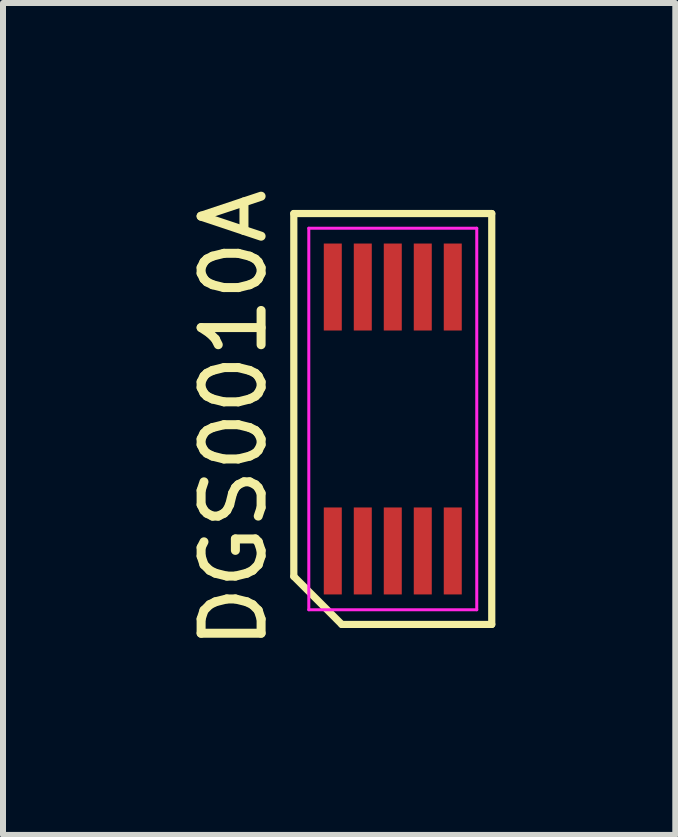
<source format=kicad_pcb>
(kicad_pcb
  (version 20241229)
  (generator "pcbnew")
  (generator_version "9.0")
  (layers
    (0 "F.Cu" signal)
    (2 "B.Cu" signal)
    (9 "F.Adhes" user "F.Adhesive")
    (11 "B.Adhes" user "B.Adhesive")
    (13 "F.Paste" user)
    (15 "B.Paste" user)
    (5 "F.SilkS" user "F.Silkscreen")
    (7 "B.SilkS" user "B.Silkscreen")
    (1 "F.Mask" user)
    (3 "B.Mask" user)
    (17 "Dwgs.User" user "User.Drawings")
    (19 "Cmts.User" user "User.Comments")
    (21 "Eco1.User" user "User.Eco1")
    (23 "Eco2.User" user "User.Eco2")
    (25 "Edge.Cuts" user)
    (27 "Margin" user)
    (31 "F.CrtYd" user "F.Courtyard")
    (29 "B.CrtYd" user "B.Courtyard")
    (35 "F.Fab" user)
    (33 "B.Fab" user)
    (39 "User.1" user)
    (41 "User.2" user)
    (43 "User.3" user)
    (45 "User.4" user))
  (footprint "DGS0010A"
    (layer "F.Cu")
    (at 3.498 3.935)
    (property "Reference" "DGS0010A" (at -2.65 0 90) (layer "F.SilkS") (effects (font (size 1 1) (thickness 0.15))))
    (attr smd)
    (fp_line (start -1.65 -3.425) (end 1.65 -3.425) (stroke (width 0.12) (type solid)) (layer "F.SilkS"))
    (fp_line (start -1.65 2.625) (end -1.65 -3.425) (stroke (width 0.12) (type solid)) (layer "F.SilkS"))
    (fp_line (start -0.85 3.425) (end -1.65 2.625) (stroke (width 0.12) (type solid)) (layer "F.SilkS"))
    (fp_line (start 1.65 -3.425) (end 1.65 3.425) (stroke (width 0.12) (type solid)) (layer "F.SilkS"))
    (fp_line (start 1.65 3.425) (end -0.85 3.425) (stroke (width 0.12) (type solid)) (layer "F.SilkS"))
    (fp_line (start -1.4 -3.18) (end 1.4 -3.18) (stroke (width 0.05) (type solid)) (layer "F.CrtYd"))
    (fp_line (start -1.4 3.18) (end -1.4 -3.18) (stroke (width 0.05) (type solid)) (layer "F.CrtYd"))
    (fp_line (start 1.4 -3.18) (end 1.4 3.18) (stroke (width 0.05) (type solid)) (layer "F.CrtYd"))
    (fp_line (start 1.4 3.18) (end -1.4 3.18) (stroke (width 0.05) (type solid)) (layer "F.CrtYd"))
    (pad "1" smd rect (at -1 2.2) (size 0.3 1.45) (layers "F.Cu" "F.Mask" "F.Paste"))
    (pad "2" smd rect (at -0.5 2.2) (size 0.3 1.45) (layers "F.Cu" "F.Mask" "F.Paste"))
    (pad "3" smd rect (at 0 2.2) (size 0.3 1.45) (layers "F.Cu" "F.Mask" "F.Paste"))
    (pad "4" smd rect (at 0.5 2.2) (size 0.3 1.45) (layers "F.Cu" "F.Mask" "F.Paste"))
    (pad "5" smd rect (at 1 2.2) (size 0.3 1.45) (layers "F.Cu" "F.Mask" "F.Paste"))
    (pad "6" smd rect (at 1 -2.2) (size 0.3 1.45) (layers "F.Cu" "F.Mask" "F.Paste"))
    (pad "7" smd rect (at 0.5 -2.2) (size 0.3 1.45) (layers "F.Cu" "F.Mask" "F.Paste"))
    (pad "8" smd rect (at 0 -2.2) (size 0.3 1.45) (layers "F.Cu" "F.Mask" "F.Paste"))
    (pad "9" smd rect (at -0.5 -2.2) (size 0.3 1.45) (layers "F.Cu" "F.Mask" "F.Paste"))
    (pad "10" smd rect (at -1 -2.2) (size 0.3 1.45) (layers "F.Cu" "F.Mask" "F.Paste")))
  (gr_rect
    (start -3 -3)
    (end 8.208 10.869)
    (stroke (width 0.1) (type default))
    (fill no)
    (layer "Edge.Cuts")))
</source>
